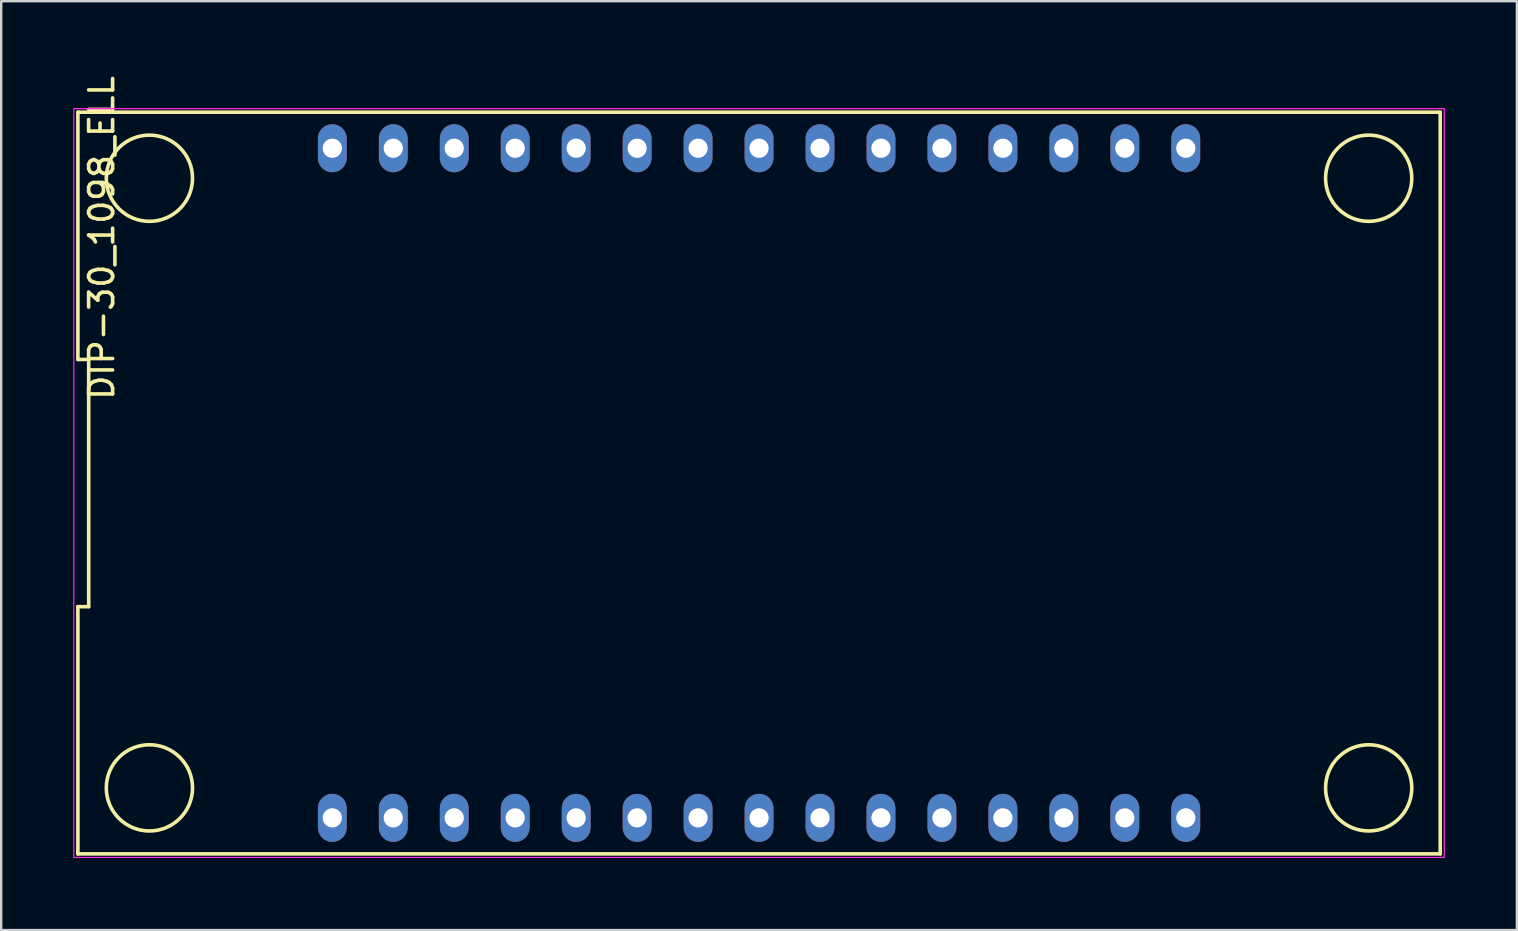
<source format=kicad_pcb>
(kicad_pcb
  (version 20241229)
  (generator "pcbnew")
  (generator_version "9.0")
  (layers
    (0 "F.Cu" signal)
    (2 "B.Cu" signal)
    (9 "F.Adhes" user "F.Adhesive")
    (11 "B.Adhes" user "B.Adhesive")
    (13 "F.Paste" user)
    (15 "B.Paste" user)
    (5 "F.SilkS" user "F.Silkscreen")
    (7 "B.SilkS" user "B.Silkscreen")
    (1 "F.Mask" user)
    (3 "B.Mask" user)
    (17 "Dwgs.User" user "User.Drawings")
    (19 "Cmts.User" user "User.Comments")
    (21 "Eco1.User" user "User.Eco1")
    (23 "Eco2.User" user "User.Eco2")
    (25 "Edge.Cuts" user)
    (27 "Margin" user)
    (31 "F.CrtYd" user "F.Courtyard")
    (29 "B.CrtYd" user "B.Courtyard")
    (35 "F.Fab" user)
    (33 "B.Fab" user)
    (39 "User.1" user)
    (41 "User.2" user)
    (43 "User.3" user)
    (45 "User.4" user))
  (footprint "DIP-30_1098_ELL"
    (layer "F.Cu")
    (at 28.575 17.076)
    (property "Reference" "DIP-30_1098_ELL" (at -27.388 -10.213 90) (layer "F.SilkS") (effects (font (size 1 1) (thickness 0.15))))
    (attr through_hole)
    (fp_line (start -28.38 -15.45) (end -28.38 -5.15) (stroke (width 0.15) (type solid)) (layer "F.SilkS"))
    (fp_line (start -28.38 -5.15) (end -27.93 -5.15) (stroke (width 0.15) (type solid)) (layer "F.SilkS"))
    (fp_line (start -28.38 5.15) (end -28.38 15.45) (stroke (width 0.15) (type solid)) (layer "F.SilkS"))
    (fp_line (start -28.38 15.45) (end 28.38 15.45) (stroke (width 0.15) (type solid)) (layer "F.SilkS"))
    (fp_line (start -27.93 -5.15) (end -27.93 5.15) (stroke (width 0.15) (type solid)) (layer "F.SilkS"))
    (fp_line (start -27.93 5.15) (end -28.38 5.15) (stroke (width 0.15) (type solid)) (layer "F.SilkS"))
    (fp_line (start 28.38 -15.45) (end -28.38 -15.45) (stroke (width 0.15) (type solid)) (layer "F.SilkS"))
    (fp_line (start 28.38 15.45) (end 28.38 -15.45) (stroke (width 0.15) (type solid)) (layer "F.SilkS"))
    (fp_circle (center -25.4 -12.7) (end -26.67 -13.97) (stroke (width 0.15) (type solid)) (fill no) (layer "F.SilkS"))
    (fp_circle (center -25.4 12.7) (end -26.67 13.97) (stroke (width 0.15) (type solid)) (fill no) (layer "F.SilkS"))
    (fp_circle (center 25.4 -12.7) (end 26.67 -13.97) (stroke (width 0.15) (type solid)) (fill no) (layer "F.SilkS"))
    (fp_circle (center 25.4 12.7) (end 26.67 13.97) (stroke (width 0.15) (type solid)) (fill no) (layer "F.SilkS"))
    (fp_line (start -28.55 -15.6) (end 28.55 -15.6) (stroke (width 0.05) (type solid)) (layer "F.CrtYd"))
    (fp_line (start -28.55 15.6) (end -28.55 -15.6) (stroke (width 0.05) (type solid)) (layer "F.CrtYd"))
    (fp_line (start 28.55 -15.6) (end 28.55 15.6) (stroke (width 0.05) (type solid)) (layer "F.CrtYd"))
    (fp_line (start 28.55 15.6) (end -28.55 15.6) (stroke (width 0.05) (type solid)) (layer "F.CrtYd"))
    (pad "1" thru_hole oval (at -17.78 13.95) (size 1.2 2) (drill 0.8) (layers "*.Cu" "*.Mask"))
    (pad "2" thru_hole oval (at -15.24 13.95) (size 1.2 2) (drill 0.8) (layers "*.Cu" "*.Mask"))
    (pad "3" thru_hole oval (at -12.7 13.95) (size 1.2 2) (drill 0.8) (layers "*.Cu" "*.Mask"))
    (pad "4" thru_hole oval (at -10.16 13.95) (size 1.2 2) (drill 0.8) (layers "*.Cu" "*.Mask"))
    (pad "5" thru_hole oval (at -7.62 13.95) (size 1.2 2) (drill 0.8) (layers "*.Cu" "*.Mask"))
    (pad "6" thru_hole oval (at -5.08 13.95) (size 1.2 2) (drill 0.8) (layers "*.Cu" "*.Mask"))
    (pad "7" thru_hole oval (at -2.54 13.95) (size 1.2 2) (drill 0.8) (layers "*.Cu" "*.Mask"))
    (pad "8" thru_hole oval (at 0 13.95) (size 1.2 2) (drill 0.8) (layers "*.Cu" "*.Mask"))
    (pad "9" thru_hole oval (at 2.54 13.95) (size 1.2 2) (drill 0.8) (layers "*.Cu" "*.Mask"))
    (pad "10" thru_hole oval (at 5.08 13.95) (size 1.2 2) (drill 0.8) (layers "*.Cu" "*.Mask"))
    (pad "11" thru_hole oval (at 7.62 13.95) (size 1.2 2) (drill 0.8) (layers "*.Cu" "*.Mask"))
    (pad "12" thru_hole oval (at 10.16 13.95) (size 1.2 2) (drill 0.8) (layers "*.Cu" "*.Mask"))
    (pad "13" thru_hole oval (at 12.7 13.95) (size 1.2 2) (drill 0.8) (layers "*.Cu" "*.Mask"))
    (pad "14" thru_hole oval (at 15.24 13.95) (size 1.2 2) (drill 0.8) (layers "*.Cu" "*.Mask"))
    (pad "15" thru_hole oval (at 17.78 13.95) (size 1.2 2) (drill 0.8) (layers "*.Cu" "*.Mask"))
    (pad "16" thru_hole oval (at 17.78 -13.95) (size 1.2 2) (drill 0.8) (layers "*.Cu" "*.Mask"))
    (pad "17" thru_hole oval (at 15.24 -13.95) (size 1.2 2) (drill 0.8) (layers "*.Cu" "*.Mask"))
    (pad "18" thru_hole oval (at 12.7 -13.95) (size 1.2 2) (drill 0.8) (layers "*.Cu" "*.Mask"))
    (pad "19" thru_hole oval (at 10.16 -13.95) (size 1.2 2) (drill 0.8) (layers "*.Cu" "*.Mask"))
    (pad "20" thru_hole oval (at 7.62 -13.95) (size 1.2 2) (drill 0.8) (layers "*.Cu" "*.Mask"))
    (pad "21" thru_hole oval (at 5.08 -13.95) (size 1.2 2) (drill 0.8) (layers "*.Cu" "*.Mask"))
    (pad "22" thru_hole oval (at 2.54 -13.95) (size 1.2 2) (drill 0.8) (layers "*.Cu" "*.Mask"))
    (pad "23" thru_hole oval (at 0 -13.95) (size 1.2 2) (drill 0.8) (layers "*.Cu" "*.Mask"))
    (pad "24" thru_hole oval (at -2.54 -13.95) (size 1.2 2) (drill 0.8) (layers "*.Cu" "*.Mask"))
    (pad "25" thru_hole oval (at -5.08 -13.95) (size 1.2 2) (drill 0.8) (layers "*.Cu" "*.Mask"))
    (pad "26" thru_hole oval (at -7.62 -13.95) (size 1.2 2) (drill 0.8) (layers "*.Cu" "*.Mask"))
    (pad "27" thru_hole oval (at -10.16 -13.95) (size 1.2 2) (drill 0.8) (layers "*.Cu" "*.Mask"))
    (pad "28" thru_hole oval (at -12.7 -13.95) (size 1.2 2) (drill 0.8) (layers "*.Cu" "*.Mask"))
    (pad "29" thru_hole oval (at -15.24 -13.95) (size 1.2 2) (drill 0.8) (layers "*.Cu" "*.Mask"))
    (pad "30" thru_hole oval (at -17.78 -13.95) (size 1.2 2) (drill 0.8) (layers "*.Cu" "*.Mask")))
  (gr_rect
    (start -3 -3)
    (end 60.15 35.701)
    (stroke (width 0.1) (type default))
    (fill no)
    (layer "Edge.Cuts")))
</source>
